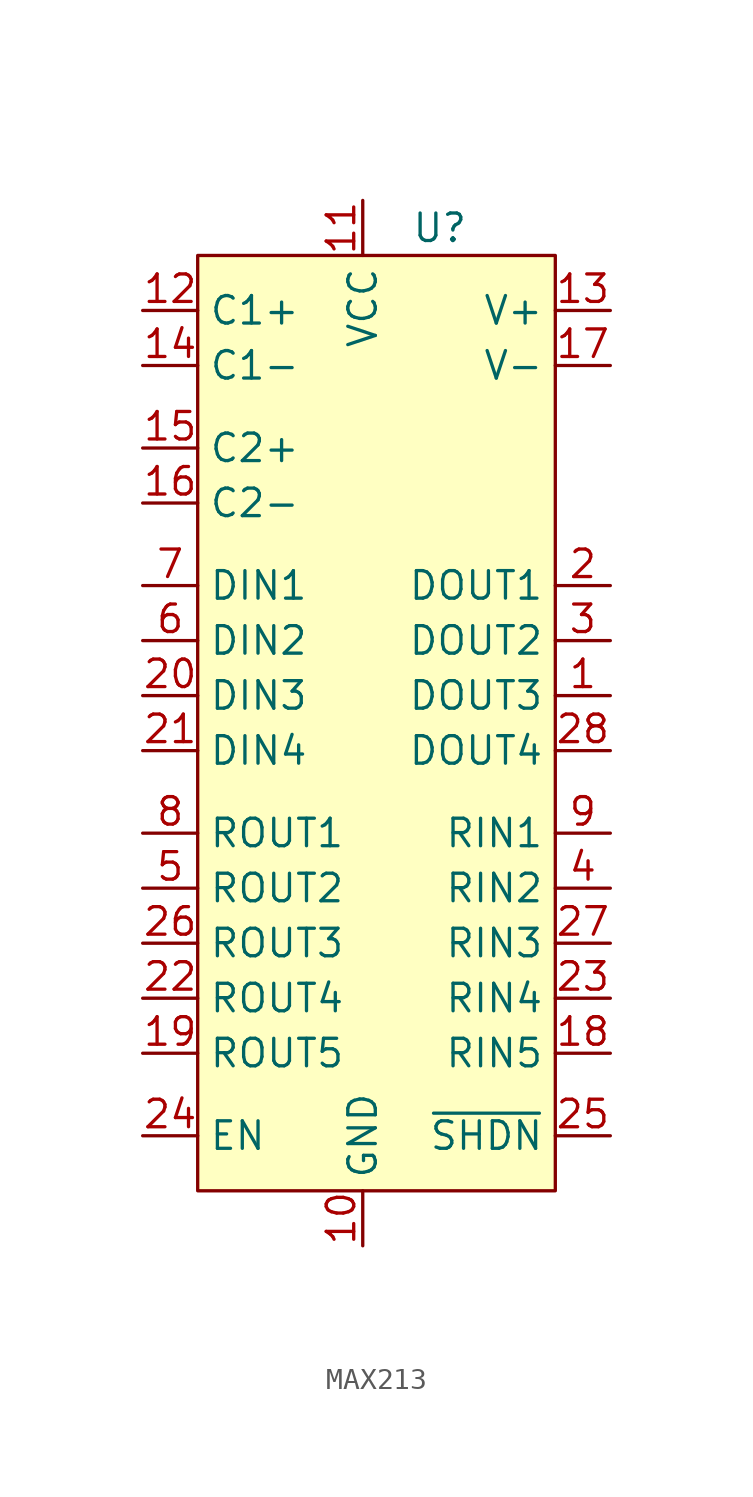
<source format=kicad_sym>
(kicad_symbol_lib
  (version 20231120)
  (generator "kicad_symbol_editor")
  (generator_version "8.0")
  (symbol "MAX213"
    (property "Reference" "U"
      (at 3.556 22.86 0)
      (effects (font (size 1.27 1.27))))
    (property "Value" ""
      (at 0 0 0)
      (effects (font (size 1.27 1.27))))
    (symbol "MAX213_0_1"
      (rectangle (start -7.62 21.59) (end 8.89 -21.59) (stroke (width 0) (type default)) (fill (type background))))
    (symbol "MAX213_1_1"
      (pin output line (at 11.43 1.27 180) (length 2.54) (name "DOUT3" (effects (font (size 1.27 1.27)))) (number "1" (effects (font (size 1.27 1.27)))))
      (pin power_in line (at 0 -24.13 90) (length 2.54) (name "GND" (effects (font (size 1.27 1.27)))) (number "10" (effects (font (size 1.27 1.27)))))
      (pin power_in line (at 0 24.13 270) (length 2.54) (name "VCC" (effects (font (size 1.27 1.27)))) (number "11" (effects (font (size 1.27 1.27)))))
      (pin passive line (at -10.16 19.05 0) (length 2.54) (name "C1+" (effects (font (size 1.27 1.27)))) (number "12" (effects (font (size 1.27 1.27)))))
      (pin power_in line (at 11.43 19.05 180) (length 2.54) (name "V+" (effects (font (size 1.27 1.27)))) (number "13" (effects (font (size 1.27 1.27)))))
      (pin passive line (at -10.16 16.51 0) (length 2.54) (name "C1-" (effects (font (size 1.27 1.27)))) (number "14" (effects (font (size 1.27 1.27)))))
      (pin passive line (at -10.16 12.7 0) (length 2.54) (name "C2+" (effects (font (size 1.27 1.27)))) (number "15" (effects (font (size 1.27 1.27)))))
      (pin passive line (at -10.16 10.16 0) (length 2.54) (name "C2-" (effects (font (size 1.27 1.27)))) (number "16" (effects (font (size 1.27 1.27)))))
      (pin power_in line (at 11.43 16.51 180) (length 2.54) (name "V-" (effects (font (size 1.27 1.27)))) (number "17" (effects (font (size 1.27 1.27)))))
      (pin input line (at 11.43 -15.24 180) (length 2.54) (name "RIN5" (effects (font (size 1.27 1.27)))) (number "18" (effects (font (size 1.27 1.27)))))
      (pin output line (at -10.16 -15.24 0) (length 2.54) (name "ROUT5" (effects (font (size 1.27 1.27)))) (number "19" (effects (font (size 1.27 1.27)))))
      (pin output line (at 11.43 6.35 180) (length 2.54) (name "DOUT1" (effects (font (size 1.27 1.27)))) (number "2" (effects (font (size 1.27 1.27)))))
      (pin input line (at -10.16 1.27 0) (length 2.54) (name "DIN3" (effects (font (size 1.27 1.27)))) (number "20" (effects (font (size 1.27 1.27)))))
      (pin input line (at -10.16 -1.27 0) (length 2.54) (name "DIN4" (effects (font (size 1.27 1.27)))) (number "21" (effects (font (size 1.27 1.27)))))
      (pin output line (at -10.16 -12.7 0) (length 2.54) (name "ROUT4" (effects (font (size 1.27 1.27)))) (number "22" (effects (font (size 1.27 1.27)))))
      (pin input line (at 11.43 -12.7 180) (length 2.54) (name "RIN4" (effects (font (size 1.27 1.27)))) (number "23" (effects (font (size 1.27 1.27)))))
      (pin input line (at -10.16 -19.05 0) (length 2.54) (name "EN" (effects (font (size 1.27 1.27)))) (number "24" (effects (font (size 1.27 1.27)))))
      (pin input line (at 11.43 -19.05 180) (length 2.54) (name "~{SHDN}" (effects (font (size 1.27 1.27)))) (number "25" (effects (font (size 1.27 1.27)))))
      (pin output line (at -10.16 -10.16 0) (length 2.54) (name "ROUT3" (effects (font (size 1.27 1.27)))) (number "26" (effects (font (size 1.27 1.27)))))
      (pin input line (at 11.43 -10.16 180) (length 2.54) (name "RIN3" (effects (font (size 1.27 1.27)))) (number "27" (effects (font (size 1.27 1.27)))))
      (pin output line (at 11.43 -1.27 180) (length 2.54) (name "DOUT4" (effects (font (size 1.27 1.27)))) (number "28" (effects (font (size 1.27 1.27)))))
      (pin output line (at 11.43 3.81 180) (length 2.54) (name "DOUT2" (effects (font (size 1.27 1.27)))) (number "3" (effects (font (size 1.27 1.27)))))
      (pin input line (at 11.43 -7.62 180) (length 2.54) (name "RIN2" (effects (font (size 1.27 1.27)))) (number "4" (effects (font (size 1.27 1.27)))))
      (pin output line (at -10.16 -7.62 0) (length 2.54) (name "ROUT2" (effects (font (size 1.27 1.27)))) (number "5" (effects (font (size 1.27 1.27)))))
      (pin input line (at -10.16 3.81 0) (length 2.54) (name "DIN2" (effects (font (size 1.27 1.27)))) (number "6" (effects (font (size 1.27 1.27)))))
      (pin input line (at -10.16 6.35 0) (length 2.54) (name "DIN1" (effects (font (size 1.27 1.27)))) (number "7" (effects (font (size 1.27 1.27)))))
      (pin output line (at -10.16 -5.08 0) (length 2.54) (name "ROUT1" (effects (font (size 1.27 1.27)))) (number "8" (effects (font (size 1.27 1.27)))))
      (pin input line (at 11.43 -5.08 180) (length 2.54) (name "RIN1" (effects (font (size 1.27 1.27)))) (number "9" (effects (font (size 1.27 1.27))))))))
</source>
